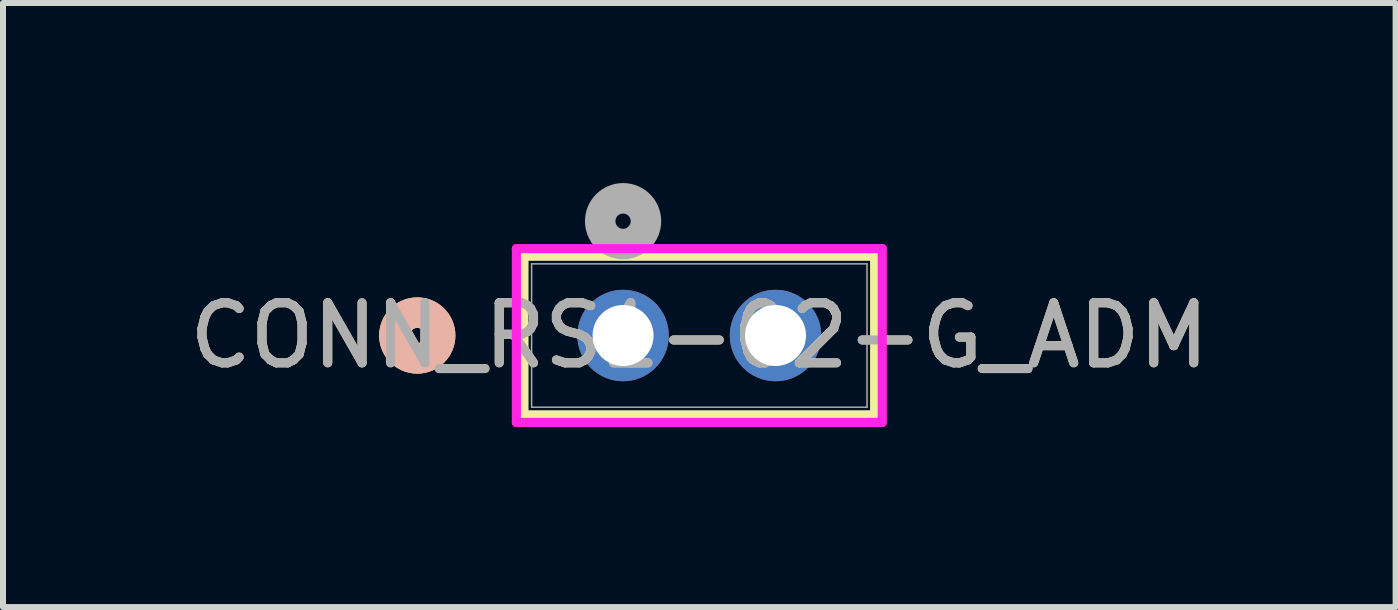
<source format=kicad_pcb>
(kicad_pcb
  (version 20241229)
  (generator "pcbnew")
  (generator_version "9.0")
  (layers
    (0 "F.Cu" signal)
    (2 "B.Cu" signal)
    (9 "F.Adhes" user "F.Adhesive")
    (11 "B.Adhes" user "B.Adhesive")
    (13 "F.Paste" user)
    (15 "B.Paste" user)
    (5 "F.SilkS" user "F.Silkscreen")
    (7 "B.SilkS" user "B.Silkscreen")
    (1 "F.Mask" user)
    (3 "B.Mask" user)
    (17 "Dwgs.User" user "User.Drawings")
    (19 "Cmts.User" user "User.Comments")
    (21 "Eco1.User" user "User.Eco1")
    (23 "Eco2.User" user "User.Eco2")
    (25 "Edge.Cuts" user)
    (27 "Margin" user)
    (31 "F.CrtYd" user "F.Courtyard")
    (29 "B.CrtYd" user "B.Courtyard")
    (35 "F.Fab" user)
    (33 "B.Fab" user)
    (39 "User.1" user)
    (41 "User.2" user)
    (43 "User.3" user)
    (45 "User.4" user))
  (footprint "CONN_RS1-02-G_ADM"
    (layer "F.Cu")
    (at 7.331 2.54)
    (property "Reference" "CONN_RS1-02-G_ADM" (at 1.27 0 0) (unlocked yes) (layer "F.SilkS") (effects (font (size 1 1) (thickness 0.15))))
    (attr through_hole)
    (fp_line (start -1.651 -1.321) (end -1.651 1.321) (stroke (width 0.152) (type solid)) (layer "F.SilkS"))
    (fp_line (start -1.651 1.321) (end 4.191 1.321) (stroke (width 0.152) (type solid)) (layer "F.SilkS"))
    (fp_line (start 4.191 -1.321) (end -1.651 -1.321) (stroke (width 0.152) (type solid)) (layer "F.SilkS"))
    (fp_line (start 4.191 1.321) (end 4.191 -1.321) (stroke (width 0.152) (type solid)) (layer "F.SilkS"))
    (fp_circle (center -3.429 0) (end -3.048 0) (stroke (width 0.508) (type solid)) (fill no) (layer "F.SilkS"))
    (fp_circle (center -3.429 0) (end -3.048 0) (stroke (width 0.508) (type solid)) (fill no) (layer "B.SilkS"))
    (fp_line (start -1.778 -1.448) (end -1.778 1.448) (stroke (width 0.152) (type solid)) (layer "F.CrtYd"))
    (fp_line (start -1.778 1.448) (end 4.318 1.448) (stroke (width 0.152) (type solid)) (layer "F.CrtYd"))
    (fp_line (start 4.318 -1.448) (end -1.778 -1.448) (stroke (width 0.152) (type solid)) (layer "F.CrtYd"))
    (fp_line (start 4.318 1.448) (end 4.318 -1.448) (stroke (width 0.152) (type solid)) (layer "F.CrtYd"))
    (fp_line (start -1.524 -1.194) (end -1.524 1.194) (stroke (width 0.025) (type solid)) (layer "F.Fab"))
    (fp_line (start -1.524 1.194) (end 4.064 1.194) (stroke (width 0.025) (type solid)) (layer "F.Fab"))
    (fp_line (start 4.064 -1.194) (end -1.524 -1.194) (stroke (width 0.025) (type solid)) (layer "F.Fab"))
    (fp_line (start 4.064 1.194) (end 4.064 -1.194) (stroke (width 0.025) (type solid)) (layer "F.Fab"))
    (fp_circle (center 0 -1.905) (end 0.381 -1.905) (stroke (width 0.508) (type solid)) (fill no) (layer "F.Fab"))
    (fp_text user "${REFERENCE}" (at 1.27 0 0) (unlocked yes) (layer "F.Fab") (effects (font (size 1 1) (thickness 0.15))))
    (pad "1" thru_hole circle (at 0 0) (size 1.524 1.524) (drill 1.016) (layers "*.Cu" "*.Mask"))
    (pad "2" thru_hole circle (at 2.54 0) (size 1.524 1.524) (drill 1.016) (layers "*.Cu" "*.Mask")))
  (gr_rect
    (start -3 -3)
    (end 20.202 7.064)
    (stroke (width 0.1) (type default))
    (fill no)
    (layer "Edge.Cuts")))
</source>
